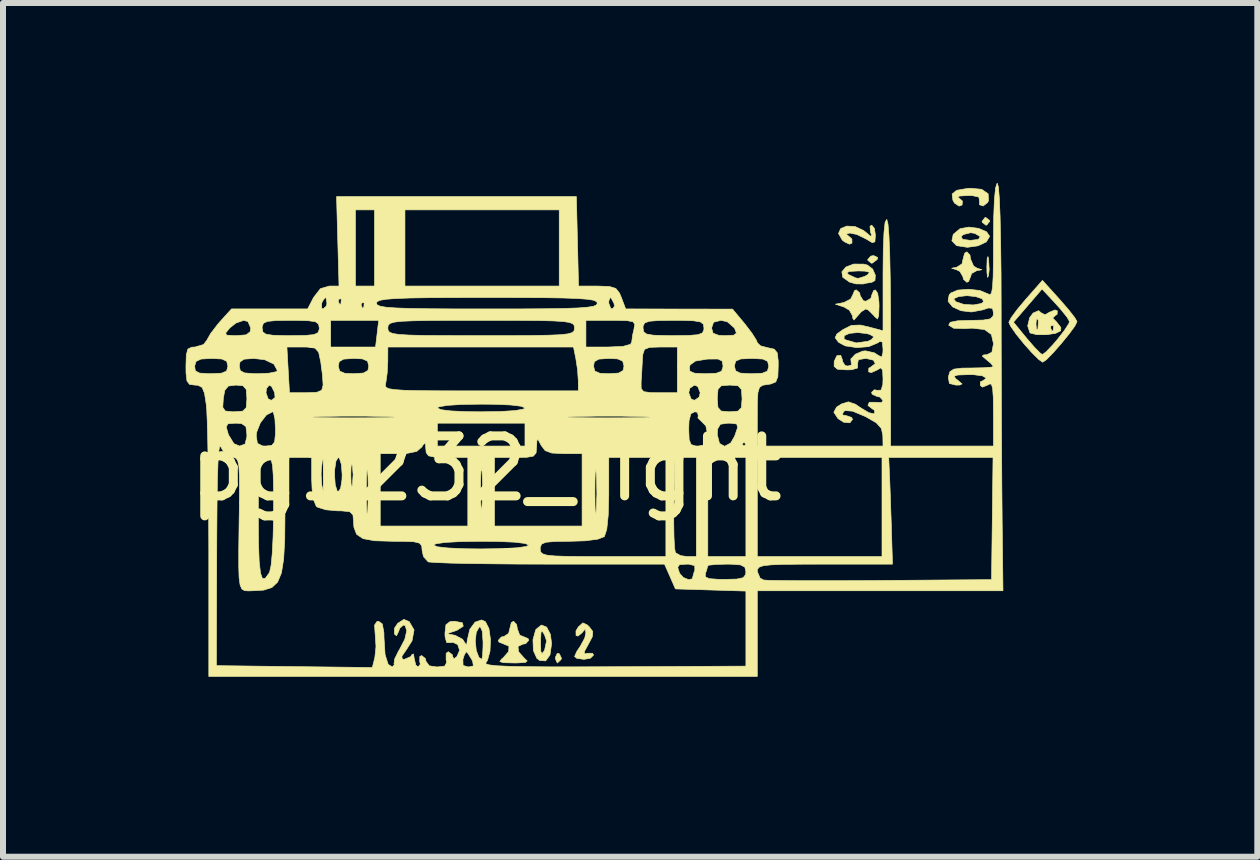
<source format=kicad_pcb>
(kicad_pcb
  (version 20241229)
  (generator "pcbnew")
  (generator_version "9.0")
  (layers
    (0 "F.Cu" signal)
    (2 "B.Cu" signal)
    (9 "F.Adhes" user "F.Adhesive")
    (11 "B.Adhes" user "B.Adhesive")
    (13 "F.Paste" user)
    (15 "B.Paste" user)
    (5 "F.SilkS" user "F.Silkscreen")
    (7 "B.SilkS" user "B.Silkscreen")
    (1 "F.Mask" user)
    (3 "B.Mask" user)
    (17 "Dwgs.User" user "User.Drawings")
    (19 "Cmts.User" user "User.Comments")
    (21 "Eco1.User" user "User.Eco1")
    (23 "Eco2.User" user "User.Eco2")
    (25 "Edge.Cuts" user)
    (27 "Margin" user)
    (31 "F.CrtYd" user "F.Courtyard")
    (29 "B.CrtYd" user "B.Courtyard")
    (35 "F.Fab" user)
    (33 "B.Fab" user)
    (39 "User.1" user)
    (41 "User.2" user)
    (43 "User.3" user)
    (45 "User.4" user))
  (footprint "pg1232_right"
    (layer "F.Cu")
    (at 5.054 4.262)
    (property "Reference" "pg1232_right" (at 0 0.5 0) (layer "F.SilkS") (effects (font (size 1 1) (thickness 0.15))))
    (attr through_hole)
    (fp_poly (pts (xy 1.22 3.586) (xy 1.257 3.662) (xy 1.248 3.685) (xy 1.187 3.741) (xy 1.157 3.677) (xy 1.156 3.645) (xy 1.187 3.58) (xy 1.22 3.586)) (stroke (width 0.01) (type solid)) (fill yes) (layer "F.SilkS"))
    (fp_poly (pts (xy 6.527 -3.02) (xy 6.521 -2.987) (xy 6.44 -2.926) (xy 6.422 -2.924) (xy 6.364 -2.972) (xy 6.363 -2.987) (xy 6.414 -3.043) (xy 6.462 -3.051) (xy 6.527 -3.02)) (stroke (width 0.01) (type solid)) (fill yes) (layer "F.SilkS"))
    (fp_poly (pts (xy 8.376 -3.003) (xy 8.387 -2.818) (xy 8.376 -2.717) (xy 8.36 -2.687) (xy 8.35 -2.767) (xy 8.348 -2.86) (xy 8.353 -2.997) (xy 8.366 -3.035) (xy 8.376 -3.003)) (stroke (width 0.01) (type solid)) (fill yes) (layer "F.SilkS"))
    (fp_poly (pts (xy 8.393 -3.637) (xy 8.395 -3.622) (xy 8.346 -3.56) (xy 8.331 -3.559) (xy 8.27 -3.607) (xy 8.268 -3.622) (xy 8.316 -3.684) (xy 8.331 -3.686) (xy 8.393 -3.637)) (stroke (width 0.01) (type solid)) (fill yes) (layer "F.SilkS"))
    (fp_poly (pts (xy 8.066 -3.061) (xy 8.077 -2.992) (xy 8.127 -2.877) (xy 8.188 -2.84) (xy 8.267 -2.816) (xy 8.221 -2.806) (xy 8.188 -2.804) (xy 8.094 -2.753) (xy 8.077 -2.701) (xy 8.043 -2.617) (xy 8.014 -2.606) (xy 7.957 -2.657) (xy 7.95 -2.697) (xy 7.898 -2.787) (xy 7.839 -2.816) (xy 7.761 -2.84) (xy 7.806 -2.85) (xy 7.839 -2.853) (xy 7.933 -2.912) (xy 7.95 -2.987) (xy 7.977 -3.09) (xy 8.014 -3.114) (xy 8.066 -3.061)) (stroke (width 0.01) (type solid)) (fill yes) (layer "F.SilkS"))
    (fp_poly (pts (xy 8.262 -4.156) (xy 8.37 -4.081) (xy 8.376 -3.967) (xy 8.359 -3.934) (xy 8.286 -3.878) (xy 8.225 -3.899) (xy 8.225 -3.965) (xy 8.215 -4.026) (xy 8.109 -4.05) (xy 8.025 -4.052) (xy 7.896 -4.044) (xy 7.859 -4.027) (xy 7.871 -4.021) (xy 7.941 -3.96) (xy 7.935 -3.894) (xy 7.885 -3.876) (xy 7.808 -3.927) (xy 7.782 -3.974) (xy 7.769 -4.077) (xy 7.843 -4.139) (xy 8.021 -4.17) (xy 8.074 -4.174) (xy 8.262 -4.156)) (stroke (width 0.01) (type solid)) (fill yes) (layer "F.SilkS"))
    (fp_poly (pts (xy 1.009 3.142) (xy 1.072 3.263) (xy 1.092 3.418) (xy 1.065 3.607) (xy 0.993 3.706) (xy 0.892 3.699) (xy 0.846 3.663) (xy 0.788 3.534) (xy 0.783 3.395) (xy 0.908 3.395) (xy 0.912 3.546) (xy 0.931 3.586) (xy 0.974 3.531) (xy 1.008 3.372) (xy 0.976 3.277) (xy 0.935 3.206) (xy 0.915 3.232) (xy 0.908 3.369) (xy 0.908 3.395) (xy 0.783 3.395) (xy 0.781 3.354) (xy 0.825 3.193) (xy 0.833 3.179) (xy 0.922 3.108) (xy 1.009 3.142)) (stroke (width 0.01) (type solid)) (fill yes) (layer "F.SilkS"))
    (fp_poly (pts (xy 6.474 -3.504) (xy 6.49 -3.392) (xy 6.482 -3.28) (xy 6.437 -3.267) (xy 6.333 -3.329) (xy 6.181 -3.403) (xy 6.063 -3.427) (xy 6.002 -3.41) (xy 6.029 -3.389) (xy 6.098 -3.328) (xy 6.1 -3.26) (xy 6.058 -3.241) (xy 5.973 -3.281) (xy 5.936 -3.312) (xy 5.875 -3.42) (xy 5.911 -3.501) (xy 6.012 -3.543) (xy 6.149 -3.536) (xy 6.292 -3.47) (xy 6.321 -3.447) (xy 6.41 -3.374) (xy 6.428 -3.385) (xy 6.407 -3.447) (xy 6.4 -3.539) (xy 6.428 -3.559) (xy 6.474 -3.504)) (stroke (width 0.01) (type solid)) (fill yes) (layer "F.SilkS"))
    (fp_poly (pts (xy 1.686 3.106) (xy 1.72 3.138) (xy 1.779 3.217) (xy 1.771 3.303) (xy 1.706 3.426) (xy 1.639 3.549) (xy 1.642 3.59) (xy 1.692 3.578) (xy 1.776 3.579) (xy 1.791 3.61) (xy 1.736 3.663) (xy 1.632 3.68) (xy 1.513 3.664) (xy 1.475 3.633) (xy 1.511 3.55) (xy 1.57 3.462) (xy 1.644 3.326) (xy 1.663 3.24) (xy 1.653 3.175) (xy 1.609 3.224) (xy 1.603 3.234) (xy 1.532 3.292) (xy 1.499 3.283) (xy 1.498 3.206) (xy 1.538 3.139) (xy 1.613 3.072) (xy 1.686 3.106)) (stroke (width 0.01) (type solid)) (fill yes) (layer "F.SilkS"))
    (fp_poly (pts (xy 8.211 -3.505) (xy 8.343 -3.448) (xy 8.395 -3.372) (xy 8.339 -3.279) (xy 8.201 -3.214) (xy 8.024 -3.189) (xy 7.852 -3.215) (xy 7.839 -3.22) (xy 7.765 -3.298) (xy 7.78 -3.368) (xy 7.918 -3.368) (xy 7.944 -3.323) (xy 8.068 -3.305) (xy 8.077 -3.305) (xy 8.206 -3.321) (xy 8.238 -3.365) (xy 8.236 -3.368) (xy 8.146 -3.422) (xy 8.077 -3.432) (xy 7.957 -3.402) (xy 7.918 -3.368) (xy 7.78 -3.368) (xy 7.787 -3.404) (xy 7.898 -3.497) (xy 7.904 -3.5) (xy 8.049 -3.526) (xy 8.211 -3.505)) (stroke (width 0.01) (type solid)) (fill yes) (layer "F.SilkS"))
    (fp_poly (pts (xy 6.296 -2.909) (xy 6.358 -2.893) (xy 6.444 -2.827) (xy 6.489 -2.724) (xy 6.483 -2.635) (xy 6.431 -2.606) (xy 6.321 -2.588) (xy 6.289 -2.578) (xy 6.167 -2.579) (xy 6.061 -2.608) (xy 5.945 -2.69) (xy 5.934 -2.761) (xy 6.015 -2.761) (xy 6.045 -2.733) (xy 6.161 -2.679) (xy 6.204 -2.671) (xy 6.308 -2.703) (xy 6.363 -2.733) (xy 6.392 -2.773) (xy 6.314 -2.792) (xy 6.204 -2.795) (xy 6.052 -2.787) (xy 6.015 -2.761) (xy 5.934 -2.761) (xy 5.931 -2.781) (xy 5.999 -2.861) (xy 6.128 -2.91) (xy 6.296 -2.909)) (stroke (width 0.01) (type solid)) (fill yes) (layer "F.SilkS"))
    (fp_poly (pts (xy 0.509 3.099) (xy 0.521 3.172) (xy 0.56 3.276) (xy 0.616 3.299) (xy 0.7 3.334) (xy 0.711 3.363) (xy 0.66 3.419) (xy 0.616 3.426) (xy 0.532 3.464) (xy 0.54 3.552) (xy 0.632 3.656) (xy 0.685 3.707) (xy 0.654 3.732) (xy 0.519 3.74) (xy 0.457 3.74) (xy 0.289 3.736) (xy 0.229 3.717) (xy 0.259 3.674) (xy 0.283 3.656) (xy 0.376 3.549) (xy 0.381 3.461) (xy 0.298 3.426) (xy 0.214 3.392) (xy 0.203 3.363) (xy 0.255 3.307) (xy 0.298 3.299) (xy 0.376 3.247) (xy 0.394 3.172) (xy 0.42 3.069) (xy 0.457 3.045) (xy 0.509 3.099)) (stroke (width 0.01) (type solid)) (fill yes) (layer "F.SilkS"))
    (fp_poly (pts (xy 6.528 -2.423) (xy 6.549 -2.28) (xy 6.551 -2.209) (xy 6.545 -2.048) (xy 6.525 -1.995) (xy 6.479 -2.032) (xy 6.465 -2.05) (xy 6.377 -2.139) (xy 6.331 -2.162) (xy 6.257 -2.117) (xy 6.197 -2.05) (xy 6.133 -1.977) (xy 6.112 -2.007) (xy 6.111 -2.043) (xy 6.056 -2.141) (xy 5.966 -2.194) (xy 5.823 -2.241) (xy 5.966 -2.269) (xy 6.077 -2.326) (xy 6.109 -2.388) (xy 6.144 -2.47) (xy 6.172 -2.479) (xy 6.229 -2.428) (xy 6.236 -2.384) (xy 6.287 -2.3) (xy 6.331 -2.289) (xy 6.415 -2.339) (xy 6.426 -2.384) (xy 6.46 -2.468) (xy 6.49 -2.479) (xy 6.528 -2.423)) (stroke (width 0.01) (type solid)) (fill yes) (layer "F.SilkS"))
    (fp_poly (pts (xy 9.523 -2.13) (xy 9.519 -2.07) (xy 9.487 -2.051) (xy 9.446 -2.01) (xy 9.512 -1.943) (xy 9.582 -1.852) (xy 9.579 -1.797) (xy 9.495 -1.755) (xy 9.344 -1.732) (xy 9.184 -1.732) (xy 9.075 -1.759) (xy 9.066 -1.766) (xy 9.029 -1.878) (xy 9.036 -1.908) (xy 9.167 -1.908) (xy 9.177 -1.817) (xy 9.199 -1.828) (xy 9.2 -1.844) (xy 9.411 -1.844) (xy 9.434 -1.792) (xy 9.453 -1.802) (xy 9.461 -1.877) (xy 9.453 -1.886) (xy 9.415 -1.878) (xy 9.411 -1.844) (xy 9.2 -1.844) (xy 9.207 -1.958) (xy 9.199 -1.987) (xy 9.176 -1.995) (xy 9.167 -1.908) (xy 9.036 -1.908) (xy 9.062 -2.017) (xy 9.119 -2.093) (xy 9.211 -2.133) (xy 9.252 -2.098) (xy 9.319 -2.064) (xy 9.386 -2.104) (xy 9.483 -2.145) (xy 9.523 -2.13)) (stroke (width 0.01) (type solid)) (fill yes) (layer "F.SilkS"))
    (fp_poly (pts (xy 9.562 -2.32) (xy 9.708 -2.152) (xy 9.812 -2.019) (xy 9.852 -1.951) (xy 9.815 -1.876) (xy 9.719 -1.744) (xy 9.589 -1.585) (xy 9.455 -1.432) (xy 9.342 -1.317) (xy 9.279 -1.273) (xy 9.215 -1.317) (xy 9.098 -1.433) (xy 8.972 -1.574) (xy 8.836 -1.742) (xy 8.743 -1.876) (xy 8.714 -1.939) (xy 8.715 -1.941) (xy 8.792 -1.941) (xy 9.014 -1.67) (xy 9.143 -1.521) (xy 9.24 -1.423) (xy 9.275 -1.401) (xy 9.335 -1.446) (xy 9.445 -1.561) (xy 9.522 -1.65) (xy 9.64 -1.802) (xy 9.714 -1.916) (xy 9.726 -1.951) (xy 9.686 -2.023) (xy 9.582 -2.152) (xy 9.497 -2.248) (xy 9.268 -2.494) (xy 9.03 -2.217) (xy 8.792 -1.941) (xy 8.715 -1.941) (xy 8.754 -2.016) (xy 8.857 -2.156) (xy 8.995 -2.32) (xy 9.275 -2.638) (xy 9.562 -2.32)) (stroke (width 0.01) (type solid)) (fill yes) (layer "F.SilkS"))
    (fp_poly (pts (xy 8.541 -4.194) (xy 8.556 -4.008) (xy 8.569 -3.702) (xy 8.578 -3.279) (xy 8.585 -2.743) (xy 8.587 -2.099) (xy 8.587 -2.05) (xy 8.588 -1.465) (xy 8.59 -0.861) (xy 8.592 -0.265) (xy 8.595 0.296) (xy 8.598 0.795) (xy 8.602 1.206) (xy 8.603 1.347) (xy 8.617 2.537) (xy 4.521 2.537) (xy 4.521 3.252) (xy 4.521 3.966) (xy -4.623 3.966) (xy -4.623 3.785) (xy -4.496 3.785) (xy -3.196 3.801) (xy -1.897 3.816) (xy -1.855 3.65) (xy -1.836 3.467) (xy -1.849 3.264) (xy -1.86 3.11) (xy -1.82 3.049) (xy -1.793 3.045) (xy -1.731 3.089) (xy -1.704 3.23) (xy -1.702 3.326) (xy -1.684 3.602) (xy -1.633 3.763) (xy -1.564 3.807) (xy -1.529 3.77) (xy -1.536 3.756) (xy -1.525 3.674) (xy -1.459 3.54) (xy -1.445 3.518) (xy -1.356 3.347) (xy -1.323 3.203) (xy -1.349 3.119) (xy -1.38 3.109) (xy -1.44 3.162) (xy -1.461 3.22) (xy -1.494 3.287) (xy -1.529 3.257) (xy -1.527 3.16) (xy -1.473 3.08) (xy -1.372 3.014) (xy -1.282 3.051) (xy -1.201 3.19) (xy -1.235 3.371) (xy -1.325 3.513) (xy -1.404 3.628) (xy -1.398 3.675) (xy -1.362 3.68) (xy -1.258 3.635) (xy -1.236 3.601) (xy -1.21 3.59) (xy -1.199 3.665) (xy -1.172 3.776) (xy -1.132 3.807) (xy -1.097 3.761) (xy -1.107 3.712) (xy -1.105 3.631) (xy -1.074 3.617) (xy -1.011 3.668) (xy -1.003 3.712) (xy -0.947 3.788) (xy -0.819 3.807) (xy -0.69 3.793) (xy -0.658 3.732) (xy -0.667 3.68) (xy -0.387 3.68) (xy -0.384 3.782) (xy -0.297 3.807) (xy -0.212 3.79) (xy -0.224 3.715) (xy -0.241 3.68) (xy -0.303 3.581) (xy -0.331 3.553) (xy -0.363 3.606) (xy -0.387 3.68) (xy -0.667 3.68) (xy -0.666 3.579) (xy -0.63 3.553) (xy -0.563 3.603) (xy -0.559 3.63) (xy -0.538 3.673) (xy -0.487 3.634) (xy -0.442 3.53) (xy -0.473 3.434) (xy -0.556 3.395) (xy -0.588 3.403) (xy -0.658 3.4) (xy -0.684 3.303) (xy -0.686 3.243) (xy -0.67 3.104) (xy -0.602 3.051) (xy -0.527 3.045) (xy -0.396 3.07) (xy -0.381 3.128) (xy -0.484 3.195) (xy -0.511 3.205) (xy -0.654 3.252) (xy -0.515 3.28) (xy -0.392 3.345) (xy -0.348 3.414) (xy -0.326 3.445) (xy -0.315 3.375) (xy -0.18 3.375) (xy -0.164 3.532) (xy -0.12 3.648) (xy -0.072 3.68) (xy -0.059 3.624) (xy -0.052 3.48) (xy -0.051 3.391) (xy -0.063 3.214) (xy -0.096 3.139) (xy -0.114 3.141) (xy -0.164 3.229) (xy -0.18 3.375) (xy -0.315 3.375) (xy -0.313 3.359) (xy -0.312 3.352) (xy -0.271 3.178) (xy -0.184 3.06) (xy -0.076 3.023) (xy -0.012 3.051) (xy 0.047 3.166) (xy 0.073 3.349) (xy 0.065 3.545) (xy 0.022 3.699) (xy -0.003 3.735) (xy -0.002 3.756) (xy 0.055 3.773) (xy 0.178 3.787) (xy 0.378 3.796) (xy 0.665 3.802) (xy 1.048 3.805) (xy 1.539 3.805) (xy 2.124 3.803) (xy 4.331 3.793) (xy 4.331 2.542) (xy 3.743 2.524) (xy 3.156 2.506) (xy 2.998 2.146) (xy 3.194 2.146) (xy 3.226 2.247) (xy 3.289 2.316) (xy 3.378 2.352) (xy 3.438 2.337) (xy 3.442 2.32) (xy 3.446 2.304) (xy 3.654 2.304) (xy 3.719 2.335) (xy 3.875 2.346) (xy 3.975 2.347) (xy 4.179 2.342) (xy 4.286 2.319) (xy 4.326 2.267) (xy 4.331 2.22) (xy 4.33 2.215) (xy 4.521 2.215) (xy 4.568 2.326) (xy 4.628 2.358) (xy 4.717 2.363) (xy 4.916 2.366) (xy 5.207 2.368) (xy 5.575 2.369) (xy 6.002 2.368) (xy 6.471 2.366) (xy 6.58 2.365) (xy 8.426 2.351) (xy 8.439 1.333) (xy 8.451 0.315) (xy 7.581 0.315) (xy 6.712 0.315) (xy 6.727 0.648) (xy 6.736 0.874) (xy 6.746 1.17) (xy 6.757 1.479) (xy 6.758 1.537) (xy 6.775 2.093) (xy 5.648 2.093) (xy 5.245 2.094) (xy 4.951 2.097) (xy 4.75 2.105) (xy 4.623 2.119) (xy 4.555 2.142) (xy 4.526 2.175) (xy 4.521 2.215) (xy 4.33 2.215) (xy 4.314 2.144) (xy 4.243 2.106) (xy 4.087 2.094) (xy 4.013 2.093) (xy 3.832 2.098) (xy 3.717 2.11) (xy 3.696 2.12) (xy 3.676 2.194) (xy 3.657 2.247) (xy 3.654 2.304) (xy 3.446 2.304) (xy 3.461 2.246) (xy 3.48 2.193) (xy 3.478 2.118) (xy 3.376 2.093) (xy 3.353 2.093) (xy 3.225 2.101) (xy 3.194 2.146) (xy 2.998 2.146) (xy 2.974 2.093) (xy 1.054 2.093) (xy 0.569 2.092) (xy 0.122 2.088) (xy -0.269 2.083) (xy -0.59 2.076) (xy -0.822 2.067) (xy -0.949 2.058) (xy -0.966 2.054) (xy -1.044 1.968) (xy -1.067 1.864) (xy -1.073 1.788) (xy -1.083 1.775) (xy -0.876 1.775) (xy -0.815 1.803) (xy -0.641 1.823) (xy -0.367 1.836) (xy -0.083 1.839) (xy 0.902 1.839) (xy 0.907 1.886) (xy 0.937 1.919) (xy 1.008 1.942) (xy 1.138 1.956) (xy 1.346 1.963) (xy 1.65 1.966) (xy 1.949 1.966) (xy 2.997 1.966) (xy 2.997 1.378) (xy 3.128 1.378) (xy 3.132 1.634) (xy 3.141 1.818) (xy 3.156 1.902) (xy 3.243 1.951) (xy 3.35 1.966) (xy 3.505 1.966) (xy 3.505 0.315) (xy 3.696 0.315) (xy 3.696 1.966) (xy 4.331 1.966) (xy 4.331 0.315) (xy 4.521 0.315) (xy 4.521 1.966) (xy 6.6 1.966) (xy 6.6 0.315) (xy 4.521 0.315) (xy 4.331 0.315) (xy 3.696 0.315) (xy 3.505 0.315) (xy 3.147 0.315) (xy 3.131 1.076) (xy 3.128 1.378) (xy 2.997 1.378) (xy 2.997 0.315) (xy 2.045 0.315) (xy 2.045 0.937) (xy 2.036 1.276) (xy 2.012 1.511) (xy 1.973 1.631) (xy 1.968 1.636) (xy 1.862 1.677) (xy 1.654 1.704) (xy 1.397 1.712) (xy 1.148 1.715) (xy 1 1.728) (xy 0.927 1.757) (xy 0.903 1.81) (xy 0.902 1.839) (xy -0.083 1.839) (xy 0.261 1.834) (xy 0.517 1.82) (xy 0.671 1.798) (xy 0.711 1.775) (xy 0.65 1.748) (xy 0.476 1.727) (xy 0.202 1.715) (xy -0.083 1.712) (xy -0.426 1.717) (xy -0.682 1.731) (xy -0.836 1.753) (xy -0.876 1.775) (xy -1.083 1.775) (xy -1.11 1.743) (xy -1.203 1.72) (xy -1.38 1.713) (xy -1.562 1.712) (xy -1.859 1.703) (xy -2.051 1.668) (xy -2.159 1.596) (xy -2.204 1.477) (xy -2.21 1.382) (xy -2.22 1.271) (xy -2.274 1.219) (xy -2.406 1.205) (xy -2.483 1.204) (xy -2.67 1.187) (xy -2.807 1.145) (xy -2.832 1.128) (xy -2.874 1.026) (xy -2.901 0.843) (xy -2.908 0.683) (xy -2.908 0.601) (xy -2.75 0.601) (xy -2.74 0.771) (xy -2.716 0.873) (xy -2.702 0.886) (xy -2.674 0.83) (xy -2.656 0.686) (xy -2.654 0.601) (xy -2.527 0.601) (xy -2.515 0.771) (xy -2.483 0.873) (xy -2.464 0.886) (xy -1.996 0.886) (xy -1.994 1.107) (xy -1.989 1.233) (xy -1.98 1.253) (xy -1.973 1.188) (xy -1.963 0.922) (xy -1.969 0.642) (xy -1.973 0.585) (xy -1.982 0.515) (xy -1.99 0.559) (xy -1.995 0.708) (xy -1.996 0.886) (xy -2.464 0.886) (xy -2.426 0.83) (xy -2.403 0.686) (xy -2.4 0.601) (xy -2.255 0.601) (xy -2.251 0.751) (xy -2.24 0.806) (xy -2.229 0.776) (xy -2.217 0.602) (xy -2.228 0.459) (xy -2.242 0.415) (xy -2.252 0.483) (xy -2.255 0.601) (xy -2.4 0.601) (xy -2.413 0.43) (xy -2.445 0.328) (xy -2.464 0.315) (xy -2.502 0.372) (xy -2.524 0.515) (xy -2.527 0.601) (xy -2.654 0.601) (xy -2.664 0.43) (xy -2.688 0.328) (xy -2.702 0.315) (xy -2.73 0.372) (xy -2.747 0.515) (xy -2.75 0.601) (xy -2.908 0.601) (xy -2.908 0.315) (xy -3.353 0.315) (xy -3.353 1.24) (xy -3.357 1.679) (xy -3.375 2.007) (xy -3.412 2.24) (xy -3.476 2.393) (xy -3.572 2.483) (xy -3.707 2.526) (xy -3.877 2.536) (xy -3.962 2.539) (xy -4.026 2.535) (xy -4.072 2.508) (xy -4.101 2.442) (xy -4.118 2.322) (xy -4.124 2.132) (xy -4.124 1.855) (xy -4.119 1.476) (xy -4.117 1.331) (xy -3.797 1.331) (xy -3.794 1.75) (xy -3.783 2.05) (xy -3.761 2.242) (xy -3.729 2.332) (xy -3.683 2.331) (xy -3.621 2.246) (xy -3.609 2.224) (xy -3.585 2.117) (xy -3.565 1.91) (xy -3.551 1.629) (xy -3.544 1.301) (xy -3.543 1.208) (xy -3.544 0.855) (xy -3.549 0.61) (xy -3.56 0.453) (xy -3.58 0.364) (xy -3.613 0.325) (xy -3.66 0.315) (xy -3.67 0.315) (xy -3.718 0.321) (xy -3.752 0.351) (xy -3.774 0.423) (xy -3.788 0.556) (xy -3.795 0.768) (xy -3.797 1.077) (xy -3.797 1.331) (xy -4.117 1.331) (xy -4.115 1.22) (xy -4.112 0.865) (xy -4.113 0.617) (xy -4.122 0.457) (xy -4.141 0.367) (xy -4.171 0.326) (xy -4.217 0.315) (xy -4.231 0.315) (xy -4.356 0.255) (xy -4.358 0.251) (xy -1.765 0.251) (xy -1.765 1.458) (xy -0.305 1.458) (xy -0.305 0.855) (xy -0.092 0.855) (xy -0.089 1.066) (xy -0.083 1.18) (xy -0.075 1.187) (xy -0.068 1.123) (xy -0.058 0.868) (xy -0.064 0.611) (xy -0.068 0.551) (xy -0.078 0.492) (xy -0.086 0.546) (xy -0.091 0.702) (xy -0.092 0.855) (xy -0.305 0.855) (xy -0.305 0.315) (xy 0.14 0.315) (xy 0.14 1.458) (xy 1.6 1.458) (xy 1.6 0.886) (xy 1.814 0.886) (xy 1.816 1.107) (xy 1.821 1.233) (xy 1.83 1.253) (xy 1.837 1.188) (xy 1.847 0.922) (xy 1.841 0.642) (xy 1.837 0.585) (xy 1.828 0.515) (xy 1.82 0.559) (xy 1.815 0.708) (xy 1.814 0.886) (xy 1.6 0.886) (xy 1.6 0.251) (xy 1.292 0.251) (xy 1.095 0.241) (xy 0.984 0.2) (xy 0.918 0.113) (xy 0.916 0.109) (xy 0.866 0.014) (xy 0.847 0.032) (xy 0.842 0.14) (xy 0.833 0.24) (xy 0.788 0.292) (xy 0.677 0.312) (xy 0.489 0.315) (xy 0.14 0.315) (xy -0.305 0.315) (xy -0.654 0.315) (xy -0.855 0.31) (xy -0.96 0.287) (xy -0.999 0.234) (xy -1.005 0.172) (xy -1.013 0.076) (xy -1.046 0.098) (xy -1.072 0.14) (xy -1.157 0.214) (xy -1.32 0.247) (xy -1.451 0.251) (xy -1.765 0.251) (xy -4.358 0.251) (xy -4.422 0.14) (xy -4.442 0.129) (xy -4.458 0.216) (xy -4.47 0.407) (xy -4.48 0.706) (xy -4.486 1.12) (xy -4.49 1.654) (xy -4.491 1.876) (xy -4.496 3.785) (xy -4.623 3.785) (xy -4.623 1.871) (xy -4.625 1.35) (xy -4.628 0.857) (xy -4.634 0.407) (xy -4.641 0.021) (xy -4.647 -0.197) (xy -4.333 -0.197) (xy -4.296 -0.066) (xy -4.205 0.084) (xy -4.109 0.124) (xy -4.019 0.091) (xy -3.989 -0.027) (xy -3.988 -0.048) (xy -3.832 -0.048) (xy -3.813 0.079) (xy -3.727 0.122) (xy -3.673 0.124) (xy -3.573 0.113) (xy -3.526 0.056) (xy -3.512 -0.081) (xy -3.512 -0.161) (xy -3.517 -0.257) (xy -0.813 -0.257) (xy -0.813 0.124) (xy 0.648 0.124) (xy 0.648 -0.161) (xy 3.378 -0.161) (xy 3.385 0.015) (xy 3.417 0.099) (xy 3.494 0.123) (xy 3.537 0.124) (xy 3.652 0.103) (xy 3.693 0.013) (xy 3.696 -0.059) (xy 3.694 -0.066) (xy 3.854 -0.066) (xy 3.891 0.08) (xy 3.976 0.128) (xy 4.041 0.093) (xy 4.267 0.093) (xy 4.299 0.124) (xy 4.331 0.093) (xy 4.299 0.061) (xy 4.267 0.093) (xy 4.041 0.093) (xy 4.077 0.074) (xy 4.142 -0.038) (xy 4.192 -0.182) (xy 4.179 -0.243) (xy 4.085 -0.256) (xy 4.029 -0.257) (xy 3.905 -0.239) (xy 3.859 -0.159) (xy 3.854 -0.066) (xy 3.694 -0.066) (xy 3.663 -0.213) (xy 3.596 -0.281) (xy 3.531 -0.344) (xy 3.537 -0.383) (xy 3.523 -0.438) (xy 3.477 -0.447) (xy 3.413 -0.413) (xy 3.383 -0.296) (xy 3.378 -0.161) (xy 0.648 -0.161) (xy 0.648 -0.257) (xy -0.813 -0.257) (xy -3.517 -0.257) (xy -3.521 -0.332) (xy -3.528 -0.361) (xy -2.882 -0.361) (xy -2.881 -0.355) (xy -2.77 -0.351) (xy -2.558 -0.347) (xy -2.253 -0.346) (xy -2.21 -0.346) (xy -1.895 -0.347) (xy -1.671 -0.35) (xy -1.547 -0.354) (xy -1.531 -0.36) (xy -1.543 -0.361) (xy 1.372 -0.361) (xy 1.374 -0.355) (xy 1.485 -0.351) (xy 1.697 -0.347) (xy 2.001 -0.346) (xy 2.045 -0.346) (xy 2.36 -0.347) (xy 2.584 -0.35) (xy 2.708 -0.354) (xy 2.723 -0.36) (xy 2.621 -0.366) (xy 2.6 -0.367) (xy 2.249 -0.375) (xy 1.854 -0.375) (xy 1.499 -0.368) (xy 1.489 -0.367) (xy 1.372 -0.361) (xy -1.543 -0.361) (xy -1.633 -0.366) (xy -1.654 -0.367) (xy -2.006 -0.375) (xy -2.401 -0.375) (xy -2.755 -0.368) (xy -2.765 -0.367) (xy -2.882 -0.361) (xy -3.528 -0.361) (xy -3.545 -0.434) (xy -3.559 -0.447) (xy -3.663 -0.393) (xy -3.763 -0.264) (xy -3.825 -0.107) (xy -3.832 -0.048) (xy -3.988 -0.048) (xy -3.988 -0.066) (xy -4.004 -0.201) (xy -4.078 -0.251) (xy -4.175 -0.257) (xy -4.301 -0.248) (xy -4.333 -0.197) (xy -4.647 -0.197) (xy -4.649 -0.285) (xy -4.658 -0.492) (xy -4.661 -0.521) (xy -4.39 -0.521) (xy -4.348 -0.46) (xy -4.223 -0.447) (xy -4.197 -0.447) (xy -4.057 -0.458) (xy -4.004 -0.511) (xy -0.813 -0.511) (xy -0.752 -0.482) (xy -0.58 -0.461) (xy -0.311 -0.449) (xy -0.083 -0.447) (xy 0.242 -0.452) (xy 0.481 -0.467) (xy 0.619 -0.491) (xy 0.648 -0.511) (xy 0.587 -0.539) (xy 0.414 -0.56) (xy 0.146 -0.572) (xy -0.083 -0.574) (xy -0.407 -0.569) (xy -0.647 -0.554) (xy -0.785 -0.53) (xy -0.813 -0.511) (xy -4.004 -0.511) (xy -3.999 -0.516) (xy -3.988 -0.66) (xy -3.988 -0.669) (xy -3.995 -0.765) (xy -3.67 -0.765) (xy -3.633 -0.662) (xy -3.581 -0.638) (xy -3.519 -0.684) (xy -3.525 -0.765) (xy -3.575 -0.867) (xy -3.614 -0.892) (xy -3.66 -0.838) (xy -3.67 -0.765) (xy -3.995 -0.765) (xy -3.999 -0.819) (xy -4.052 -0.88) (xy -4.171 -0.892) (xy -4.297 -0.876) (xy -4.357 -0.803) (xy -4.381 -0.669) (xy -4.39 -0.521) (xy -4.661 -0.521) (xy -4.664 -0.558) (xy -4.694 -0.754) (xy -4.734 -0.853) (xy -4.803 -0.889) (xy -4.854 -0.892) (xy -4.943 -0.903) (xy -4.987 -0.96) (xy -5.003 -1.093) (xy -5.004 -1.209) (xy -4.859 -1.209) (xy -4.848 -1.13) (xy -4.776 -1.092) (xy -4.613 -1.082) (xy -4.587 -1.082) (xy -4.41 -1.091) (xy -4.327 -1.126) (xy -4.305 -1.203) (xy -4.305 -1.209) (xy -4.115 -1.209) (xy -4.098 -1.133) (xy -4.027 -1.095) (xy -3.871 -1.083) (xy -3.797 -1.082) (xy -3.616 -1.091) (xy -3.501 -1.115) (xy -3.48 -1.133) (xy -3.538 -1.242) (xy -3.691 -1.315) (xy -3.873 -1.336) (xy -4.035 -1.324) (xy -4.103 -1.277) (xy -4.115 -1.209) (xy -4.305 -1.209) (xy -4.325 -1.29) (xy -4.406 -1.327) (xy -4.578 -1.336) (xy -4.753 -1.326) (xy -4.836 -1.286) (xy -4.859 -1.209) (xy -5.004 -1.209) (xy -4.998 -1.398) (xy -4.972 -1.492) (xy -4.909 -1.524) (xy -4.849 -1.527) (xy -4.849 -1.527) (xy -3.321 -1.527) (xy -3.278 -0.765) (xy -2.998 -0.765) (xy -2.823 -0.772) (xy -2.741 -0.806) (xy -2.719 -0.885) (xy -2.719 -0.885) (xy -1.681 -0.885) (xy -1.668 -0.855) (xy -1.622 -0.832) (xy -1.528 -0.817) (xy -1.372 -0.806) (xy -1.14 -0.8) (xy -0.818 -0.797) (xy -0.391 -0.796) (xy -0.086 -0.796) (xy 1.537 -0.796) (xy 1.537 -0.939) (xy 2.584 -0.939) (xy 2.585 -0.835) (xy 2.627 -0.783) (xy 2.743 -0.766) (xy 2.88 -0.765) (xy 3.188 -0.765) (xy 3.378 -0.765) (xy 3.418 -0.661) (xy 3.473 -0.638) (xy 3.52 -0.669) (xy 3.854 -0.669) (xy 3.865 -0.52) (xy 3.919 -0.459) (xy 4.054 -0.447) (xy 4.061 -0.447) (xy 4.199 -0.458) (xy 4.256 -0.517) (xy 4.267 -0.662) (xy 4.267 -0.669) (xy 4.257 -0.818) (xy 4.202 -0.88) (xy 4.067 -0.892) (xy 4.061 -0.892) (xy 3.922 -0.881) (xy 3.866 -0.822) (xy 3.854 -0.676) (xy 3.854 -0.669) (xy 3.52 -0.669) (xy 3.551 -0.69) (xy 3.569 -0.765) (xy 3.529 -0.868) (xy 3.473 -0.892) (xy 3.396 -0.839) (xy 3.378 -0.765) (xy 3.188 -0.765) (xy 3.188 -1.193) (xy 3.39 -1.193) (xy 3.397 -1.124) (xy 3.473 -1.091) (xy 3.645 -1.082) (xy 3.659 -1.082) (xy 3.839 -1.09) (xy 3.925 -1.123) (xy 3.949 -1.196) (xy 3.95 -1.209) (xy 4.14 -1.209) (xy 4.159 -1.13) (xy 4.237 -1.092) (xy 4.405 -1.082) (xy 4.426 -1.082) (xy 4.605 -1.09) (xy 4.689 -1.125) (xy 4.712 -1.2) (xy 4.712 -1.209) (xy 4.693 -1.288) (xy 4.615 -1.326) (xy 4.446 -1.336) (xy 4.426 -1.336) (xy 4.247 -1.328) (xy 4.163 -1.293) (xy 4.14 -1.218) (xy 4.14 -1.209) (xy 3.95 -1.209) (xy 3.95 -1.213) (xy 3.934 -1.294) (xy 3.863 -1.327) (xy 3.705 -1.326) (xy 3.68 -1.324) (xy 3.491 -1.293) (xy 3.402 -1.229) (xy 3.39 -1.193) (xy 3.188 -1.193) (xy 3.188 -1.527) (xy 2.902 -1.527) (xy 2.726 -1.521) (xy 2.641 -1.488) (xy 2.612 -1.402) (xy 2.606 -1.32) (xy 2.595 -1.111) (xy 2.584 -0.939) (xy 1.537 -0.939) (xy 1.537 -0.963) (xy 1.524 -1.152) (xy 1.515 -1.209) (xy 1.791 -1.209) (xy 1.812 -1.126) (xy 1.898 -1.089) (xy 2.045 -1.082) (xy 2.211 -1.093) (xy 2.284 -1.136) (xy 2.299 -1.209) (xy 2.277 -1.292) (xy 2.191 -1.329) (xy 2.045 -1.336) (xy 1.879 -1.325) (xy 1.805 -1.282) (xy 1.791 -1.209) (xy 1.515 -1.209) (xy 1.497 -1.328) (xy 1.457 -1.527) (xy -1.638 -1.527) (xy -1.639 -1.288) (xy -1.649 -1.094) (xy -1.671 -0.935) (xy -1.674 -0.923) (xy -1.681 -0.885) (xy -2.719 -0.885) (xy -2.718 -0.907) (xy -2.729 -1.067) (xy -2.748 -1.209) (xy -2.464 -1.209) (xy -2.442 -1.126) (xy -2.356 -1.089) (xy -2.21 -1.082) (xy -2.044 -1.093) (xy -1.97 -1.136) (xy -1.956 -1.209) (xy -1.977 -1.292) (xy -2.063 -1.329) (xy -2.21 -1.336) (xy -2.376 -1.325) (xy -2.449 -1.282) (xy -2.464 -1.209) (xy -2.748 -1.209) (xy -2.755 -1.267) (xy -2.759 -1.288) (xy -2.792 -1.44) (xy -2.852 -1.508) (xy -2.982 -1.526) (xy -3.059 -1.527) (xy -3.321 -1.527) (xy -4.849 -1.527) (xy -4.71 -1.569) (xy -4.657 -1.638) (xy -4.592 -1.753) (xy -4.586 -1.76) (xy -4.342 -1.76) (xy -4.326 -1.725) (xy -4.208 -1.717) (xy -4.156 -1.717) (xy -3.999 -1.73) (xy -3.934 -1.781) (xy -3.924 -1.844) (xy -3.734 -1.844) (xy -3.723 -1.779) (xy -3.671 -1.741) (xy -3.554 -1.723) (xy -3.343 -1.717) (xy -3.258 -1.717) (xy -3.014 -1.72) (xy -2.871 -1.734) (xy -2.803 -1.765) (xy -2.782 -1.821) (xy -2.781 -1.844) (xy -2.793 -1.909) (xy -2.844 -1.947) (xy -2.961 -1.965) (xy -3.172 -1.971) (xy -3.258 -1.971) (xy -2.591 -1.971) (xy -2.591 -1.527) (xy -1.843 -1.527) (xy -1.817 -1.749) (xy -1.806 -1.844) (xy -1.638 -1.844) (xy -1.634 -1.805) (xy -1.611 -1.774) (xy -1.555 -1.752) (xy -1.451 -1.736) (xy -1.284 -1.726) (xy -1.04 -1.72) (xy -0.703 -1.718) (xy -0.259 -1.717) (xy -0.083 -1.717) (xy 0.401 -1.717) (xy 0.772 -1.719) (xy 1.046 -1.724) (xy 1.238 -1.732) (xy 1.361 -1.746) (xy 1.432 -1.766) (xy 1.464 -1.793) (xy 1.473 -1.83) (xy 1.473 -1.844) (xy 1.469 -1.884) (xy 1.446 -1.914) (xy 1.39 -1.936) (xy 1.286 -1.952) (xy 1.119 -1.962) (xy 0.875 -1.968) (xy 0.538 -1.97) (xy 0.094 -1.971) (xy -0.083 -1.971) (xy 1.664 -1.971) (xy 1.664 -1.527) (xy 2.045 -1.527) (xy 2.284 -1.538) (xy 2.406 -1.572) (xy 2.427 -1.606) (xy 2.443 -1.728) (xy 2.466 -1.828) (xy 2.468 -1.844) (xy 2.616 -1.844) (xy 2.627 -1.781) (xy 2.676 -1.743) (xy 2.788 -1.724) (xy 2.99 -1.718) (xy 3.124 -1.717) (xy 3.377 -1.72) (xy 3.529 -1.732) (xy 3.605 -1.76) (xy 3.63 -1.811) (xy 3.632 -1.844) (xy 3.759 -1.844) (xy 3.784 -1.757) (xy 3.88 -1.721) (xy 3.984 -1.717) (xy 4.129 -1.724) (xy 4.173 -1.759) (xy 4.141 -1.843) (xy 4.14 -1.844) (xy 4.021 -1.948) (xy 3.916 -1.971) (xy 3.792 -1.94) (xy 3.759 -1.844) (xy 3.632 -1.844) (xy 3.622 -1.907) (xy 3.573 -1.945) (xy 3.46 -1.964) (xy 3.258 -1.971) (xy 3.124 -1.971) (xy 2.871 -1.968) (xy 2.719 -1.956) (xy 2.644 -1.928) (xy 2.618 -1.878) (xy 2.616 -1.844) (xy 2.468 -1.844) (xy 2.479 -1.904) (xy 2.45 -1.947) (xy 2.353 -1.966) (xy 2.162 -1.971) (xy 2.084 -1.971) (xy 1.664 -1.971) (xy -0.083 -1.971) (xy -0.566 -1.971) (xy -0.938 -1.969) (xy -1.211 -1.964) (xy -1.403 -1.956) (xy -1.526 -1.942) (xy -1.597 -1.922) (xy -1.629 -1.895) (xy -1.638 -1.858) (xy -1.638 -1.844) (xy -1.806 -1.844) (xy -1.791 -1.971) (xy -2.591 -1.971) (xy -3.258 -1.971) (xy -3.501 -1.968) (xy -3.644 -1.954) (xy -3.712 -1.923) (xy -3.733 -1.867) (xy -3.734 -1.844) (xy -3.924 -1.844) (xy -3.97 -1.951) (xy -4.041 -1.971) (xy -4.171 -1.926) (xy -4.274 -1.844) (xy -4.342 -1.76) (xy -4.586 -1.76) (xy -4.475 -1.905) (xy -4.432 -1.955) (xy -4.244 -2.162) (xy -2.975 -2.162) (xy -2.968 -2.175) (xy -2.742 -2.175) (xy -2.716 -2.162) (xy -2.661 -2.213) (xy -2.659 -2.225) (xy -2.083 -2.225) (xy -2.06 -2.173) (xy -2.04 -2.183) (xy -2.033 -2.257) (xy -1.829 -2.257) (xy -1.815 -2.229) (xy -1.765 -2.207) (xy -1.666 -2.19) (xy -1.504 -2.178) (xy -1.267 -2.17) (xy -0.942 -2.165) (xy -0.516 -2.162) (xy 0.013 -2.162) (xy 0.551 -2.162) (xy 0.975 -2.165) (xy 1.298 -2.17) (xy 1.533 -2.178) (xy 1.694 -2.191) (xy 1.792 -2.207) (xy 1.841 -2.229) (xy 1.854 -2.257) (xy 2.045 -2.257) (xy 2.078 -2.172) (xy 2.106 -2.162) (xy 2.141 -2.208) (xy 2.131 -2.257) (xy 2.086 -2.34) (xy 2.07 -2.352) (xy 2.047 -2.3) (xy 2.045 -2.257) (xy 1.854 -2.257) (xy 1.84 -2.285) (xy 1.79 -2.307) (xy 1.691 -2.323) (xy 1.529 -2.335) (xy 1.292 -2.344) (xy 0.967 -2.349) (xy 0.541 -2.351) (xy 0.013 -2.352) (xy -0.525 -2.351) (xy -0.95 -2.349) (xy -1.273 -2.344) (xy -1.508 -2.335) (xy -1.668 -2.323) (xy -1.766 -2.306) (xy -1.816 -2.284) (xy -1.829 -2.257) (xy -2.033 -2.257) (xy -2.033 -2.258) (xy -2.04 -2.267) (xy -2.078 -2.259) (xy -2.083 -2.225) (xy -2.659 -2.225) (xy -2.654 -2.257) (xy -2.659 -2.289) (xy -2.464 -2.289) (xy -2.441 -2.236) (xy -2.421 -2.246) (xy -2.414 -2.322) (xy -2.421 -2.331) (xy -2.459 -2.322) (xy -2.464 -2.289) (xy -2.659 -2.289) (xy -2.668 -2.342) (xy -2.679 -2.352) (xy -2.72 -2.302) (xy -2.741 -2.257) (xy -2.742 -2.175) (xy -2.968 -2.175) (xy -2.877 -2.352) (xy -2.762 -2.5) (xy -2.615 -2.543) (xy -2.452 -2.543) (xy -2.487 -3.813) (xy -2.178 -3.813) (xy -2.178 -2.543) (xy -1.861 -2.543) (xy -1.861 -3.813) (xy -1.353 -3.813) (xy -1.353 -2.543) (xy 1.219 -2.543) (xy 1.219 -3.813) (xy -1.353 -3.813) (xy -1.861 -3.813) (xy -2.178 -3.813) (xy -2.487 -3.813) (xy -2.493 -4.035) (xy 1.505 -4.035) (xy 1.541 -2.543) (xy 1.862 -2.543) (xy 2.055 -2.536) (xy 2.162 -2.504) (xy 2.224 -2.426) (xy 2.255 -2.352) (xy 2.327 -2.162) (xy 3.217 -2.16) (xy 4.108 -2.159) (xy 4.315 -1.911) (xy 4.433 -1.756) (xy 4.508 -1.637) (xy 4.521 -1.599) (xy 4.576 -1.546) (xy 4.696 -1.515) (xy 4.804 -1.491) (xy 4.855 -1.428) (xy 4.87 -1.29) (xy 4.87 -1.209) (xy 4.864 -1.032) (xy 4.829 -0.944) (xy 4.745 -0.91) (xy 4.696 -0.903) (xy 4.609 -0.889) (xy 4.557 -0.852) (xy 4.531 -0.765) (xy 4.522 -0.603) (xy 4.521 -0.379) (xy 4.521 0.124) (xy 6.617 0.124) (xy 6.614 -0.05) (xy 6.59 -0.169) (xy 6.504 -0.264) (xy 6.327 -0.366) (xy 6.318 -0.37) (xy 6.11 -0.457) (xy 5.987 -0.467) (xy 5.959 -0.45) (xy 5.938 -0.395) (xy 6.001 -0.384) (xy 6.093 -0.353) (xy 6.109 -0.32) (xy 6.064 -0.263) (xy 5.963 -0.272) (xy 5.867 -0.333) (xy 5.797 -0.439) (xy 5.842 -0.524) (xy 5.926 -0.578) (xy 6.039 -0.613) (xy 6.157 -0.573) (xy 6.248 -0.511) (xy 6.381 -0.432) (xy 6.469 -0.413) (xy 6.479 -0.418) (xy 6.472 -0.476) (xy 6.442 -0.493) (xy 6.365 -0.553) (xy 6.388 -0.606) (xy 6.49 -0.606) (xy 6.592 -0.6) (xy 6.617 -0.633) (xy 6.565 -0.693) (xy 6.521 -0.701) (xy 6.437 -0.739) (xy 6.426 -0.771) (xy 6.472 -0.814) (xy 6.521 -0.805) (xy 6.586 -0.809) (xy 6.614 -0.903) (xy 6.617 -0.997) (xy 6.61 -1.141) (xy 6.579 -1.18) (xy 6.52 -1.144) (xy 6.421 -1.1) (xy 6.377 -1.113) (xy 6.38 -1.174) (xy 6.41 -1.191) (xy 6.488 -1.249) (xy 6.458 -1.307) (xy 6.338 -1.336) (xy 6.324 -1.336) (xy 6.206 -1.316) (xy 6.193 -1.247) (xy 6.195 -1.241) (xy 6.191 -1.176) (xy 6.096 -1.148) (xy 6.007 -1.146) (xy 5.858 -1.156) (xy 5.802 -1.203) (xy 5.803 -1.288) (xy 5.848 -1.383) (xy 5.912 -1.389) (xy 5.942 -1.307) (xy 5.941 -1.288) (xy 5.984 -1.219) (xy 6.031 -1.209) (xy 6.095 -1.229) (xy 6.088 -1.251) (xy 6.08 -1.326) (xy 6.156 -1.407) (xy 6.277 -1.458) (xy 6.326 -1.463) (xy 6.473 -1.43) (xy 6.54 -1.387) (xy 6.595 -1.358) (xy 6.615 -1.434) (xy 6.617 -1.49) (xy 6.606 -1.609) (xy 6.563 -1.62) (xy 6.529 -1.596) (xy 6.379 -1.533) (xy 6.178 -1.517) (xy 5.986 -1.546) (xy 5.876 -1.605) (xy 5.831 -1.665) (xy 5.967 -1.665) (xy 5.989 -1.648) (xy 6.171 -1.595) (xy 6.367 -1.623) (xy 6.423 -1.65) (xy 6.465 -1.698) (xy 6.398 -1.736) (xy 6.348 -1.75) (xy 6.195 -1.768) (xy 6.058 -1.754) (xy 5.971 -1.716) (xy 5.967 -1.665) (xy 5.831 -1.665) (xy 5.819 -1.681) (xy 5.848 -1.744) (xy 5.949 -1.817) (xy 6.091 -1.888) (xy 6.238 -1.893) (xy 6.369 -1.864) (xy 6.617 -1.798) (xy 6.617 -2.746) (xy 6.621 -3.148) (xy 6.633 -3.436) (xy 6.652 -3.607) (xy 6.679 -3.654) (xy 6.68 -3.654) (xy 6.7 -3.578) (xy 6.716 -3.383) (xy 6.729 -3.074) (xy 6.738 -2.659) (xy 6.743 -2.145) (xy 6.744 -1.745) (xy 6.744 0.124) (xy 8.458 0.124) (xy 8.458 -0.423) (xy 8.455 -0.686) (xy 8.444 -0.842) (xy 8.422 -0.909) (xy 8.384 -0.908) (xy 8.369 -0.896) (xy 8.274 -0.858) (xy 8.238 -0.888) (xy 8.24 -0.949) (xy 8.264 -0.955) (xy 8.329 -0.997) (xy 8.331 -1.013) (xy 8.274 -1.046) (xy 8.13 -1.065) (xy 8.037 -1.066) (xy 7.865 -1.06) (xy 7.801 -1.041) (xy 7.828 -1) (xy 7.858 -0.977) (xy 7.935 -0.912) (xy 7.898 -0.893) (xy 7.831 -0.892) (xy 7.723 -0.919) (xy 7.706 -1.022) (xy 7.708 -1.034) (xy 7.732 -1.115) (xy 7.796 -1.158) (xy 7.931 -1.175) (xy 8.093 -1.177) (xy 8.289 -1.181) (xy 8.422 -1.191) (xy 8.458 -1.202) (xy 8.414 -1.255) (xy 8.347 -1.311) (xy 8.271 -1.376) (xy 8.297 -1.396) (xy 8.347 -1.398) (xy 8.432 -1.44) (xy 8.458 -1.579) (xy 8.458 -1.586) (xy 8.424 -1.735) (xy 8.31 -1.818) (xy 8.102 -1.841) (xy 7.97 -1.834) (xy 7.794 -1.84) (xy 7.712 -1.891) (xy 7.712 -1.892) (xy 7.737 -1.939) (xy 7.86 -1.964) (xy 8.072 -1.971) (xy 8.287 -1.976) (xy 8.404 -1.996) (xy 8.451 -2.041) (xy 8.458 -2.093) (xy 8.443 -2.172) (xy 8.374 -2.178) (xy 8.279 -2.146) (xy 8.092 -2.111) (xy 7.916 -2.132) (xy 7.777 -2.196) (xy 7.702 -2.288) (xy 7.708 -2.331) (xy 7.794 -2.331) (xy 7.831 -2.282) (xy 7.834 -2.281) (xy 7.963 -2.238) (xy 8.123 -2.228) (xy 8.255 -2.252) (xy 8.295 -2.281) (xy 8.271 -2.331) (xy 8.164 -2.367) (xy 8.017 -2.383) (xy 7.875 -2.367) (xy 7.794 -2.331) (xy 7.708 -2.331) (xy 7.719 -2.394) (xy 7.745 -2.426) (xy 7.864 -2.476) (xy 8.046 -2.49) (xy 8.232 -2.469) (xy 8.364 -2.414) (xy 8.365 -2.414) (xy 8.401 -2.398) (xy 8.426 -2.429) (xy 8.443 -2.525) (xy 8.453 -2.7) (xy 8.457 -2.973) (xy 8.458 -3.297) (xy 8.462 -3.687) (xy 8.474 -3.984) (xy 8.493 -4.177) (xy 8.518 -4.256) (xy 8.522 -4.257) (xy 8.541 -4.194)) (stroke (width 0.01) (type solid)) (fill yes) (layer "F.SilkS")))
  (gr_rect
    (start -3 -3)
    (end 17.911 11.233)
    (stroke (width 0.1) (type default))
    (fill no)
    (layer "Edge.Cuts")))
</source>
